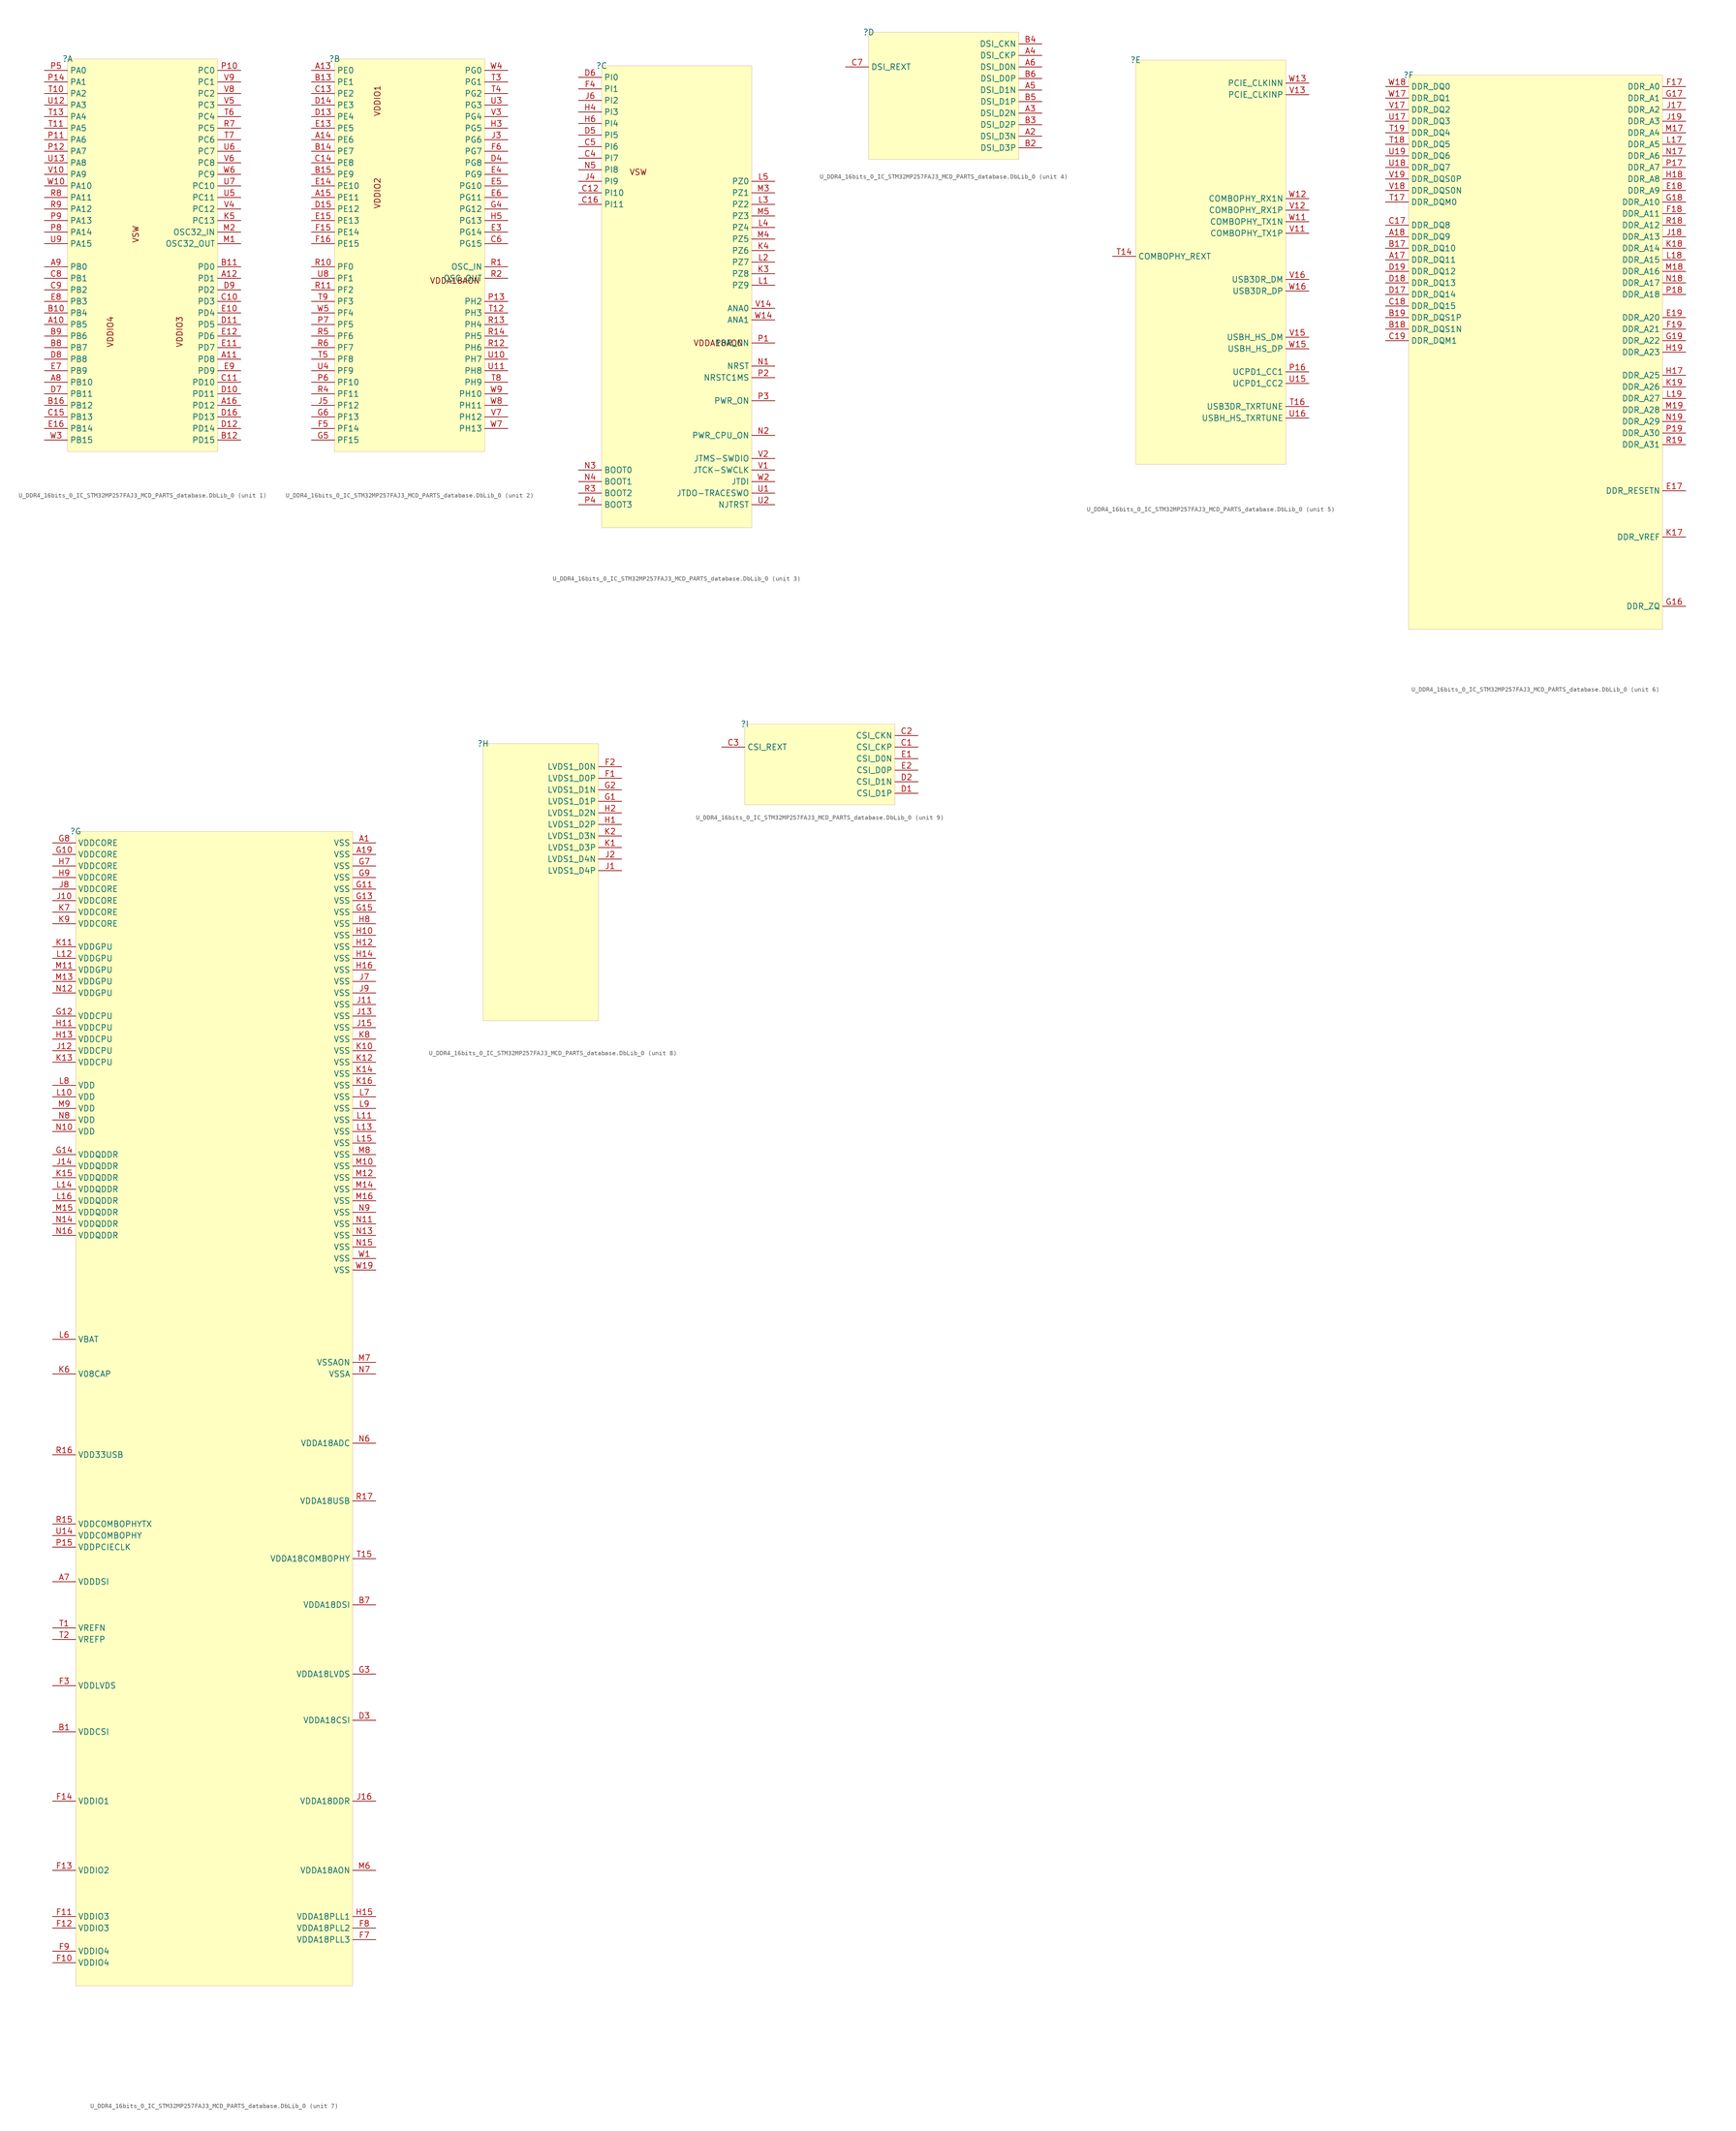
<source format=kicad_sym>
(kicad_symbol_lib
  (version 20241209)
  (generator "kicad_symbol_editor")
  (generator_version "9.0")
  (symbol "U_DDR4_16bits_0_IC_STM32MP257FAJ3_MCD_PARTS_database.DbLib_0"
    (property "Reference" ""
      (at 0 0 0)
      (effects (font (size 1.27 1.27))))
    (property "Value" ""
      (at 0 0 0)
      (effects (font (size 1.27 1.27))))
    (symbol "U_DDR4_16bits_0_IC_STM32MP257FAJ3_MCD_PARTS_database.DbLib_0_1_0"
      (rectangle (start 33.02 0) (end 0 -86.36) (stroke (width 0.025) (type solid) (color 128 0 0 1)) (fill (type background)))
      (text "VDDIO4" (at 10.16 -63.5 900) (effects (font (size 1.27 1.27)) (justify left bottom)))
      (text "VSW" (at 15.748 -36.576 900) (effects (font (size 1.27 1.27)) (justify right bottom)))
      (text "VDDIO3" (at 25.4 -63.5 900) (effects (font (size 1.27 1.27)) (justify left bottom)))
      (pin passive line (at -5.08 -2.54 0) (length 5.08) (name "PA0" (effects (font (size 1.27 1.27)))) (number "P5" (effects (font (size 1.27 1.27)))))
      (pin passive line (at -5.08 -5.08 0) (length 5.08) (name "PA1" (effects (font (size 1.27 1.27)))) (number "P14" (effects (font (size 1.27 1.27)))))
      (pin passive line (at -5.08 -7.62 0) (length 5.08) (name "PA2" (effects (font (size 1.27 1.27)))) (number "T10" (effects (font (size 1.27 1.27)))))
      (pin passive line (at -5.08 -10.16 0) (length 5.08) (name "PA3" (effects (font (size 1.27 1.27)))) (number "U12" (effects (font (size 1.27 1.27)))))
      (pin passive line (at -5.08 -12.7 0) (length 5.08) (name "PA4" (effects (font (size 1.27 1.27)))) (number "T13" (effects (font (size 1.27 1.27)))))
      (pin passive line (at -5.08 -15.24 0) (length 5.08) (name "PA5" (effects (font (size 1.27 1.27)))) (number "T11" (effects (font (size 1.27 1.27)))))
      (pin passive line (at -5.08 -17.78 0) (length 5.08) (name "PA6" (effects (font (size 1.27 1.27)))) (number "P11" (effects (font (size 1.27 1.27)))))
      (pin passive line (at -5.08 -20.32 0) (length 5.08) (name "PA7" (effects (font (size 1.27 1.27)))) (number "P12" (effects (font (size 1.27 1.27)))))
      (pin passive line (at -5.08 -22.86 0) (length 5.08) (name "PA8" (effects (font (size 1.27 1.27)))) (number "U13" (effects (font (size 1.27 1.27)))))
      (pin passive line (at -5.08 -25.4 0) (length 5.08) (name "PA9" (effects (font (size 1.27 1.27)))) (number "V10" (effects (font (size 1.27 1.27)))))
      (pin passive line (at -5.08 -27.94 0) (length 5.08) (name "PA10" (effects (font (size 1.27 1.27)))) (number "W10" (effects (font (size 1.27 1.27)))))
      (pin passive line (at -5.08 -30.48 0) (length 5.08) (name "PA11" (effects (font (size 1.27 1.27)))) (number "R8" (effects (font (size 1.27 1.27)))))
      (pin passive line (at -5.08 -33.02 0) (length 5.08) (name "PA12" (effects (font (size 1.27 1.27)))) (number "R9" (effects (font (size 1.27 1.27)))))
      (pin passive line (at -5.08 -35.56 0) (length 5.08) (name "PA13" (effects (font (size 1.27 1.27)))) (number "P9" (effects (font (size 1.27 1.27)))))
      (pin passive line (at -5.08 -38.1 0) (length 5.08) (name "PA14" (effects (font (size 1.27 1.27)))) (number "P8" (effects (font (size 1.27 1.27)))))
      (pin passive line (at -5.08 -40.64 0) (length 5.08) (name "PA15" (effects (font (size 1.27 1.27)))) (number "U9" (effects (font (size 1.27 1.27)))))
      (pin passive line (at -5.08 -45.72 0) (length 5.08) (name "PB0" (effects (font (size 1.27 1.27)))) (number "A9" (effects (font (size 1.27 1.27)))))
      (pin passive line (at -5.08 -48.26 0) (length 5.08) (name "PB1" (effects (font (size 1.27 1.27)))) (number "C8" (effects (font (size 1.27 1.27)))))
      (pin passive line (at -5.08 -50.8 0) (length 5.08) (name "PB2" (effects (font (size 1.27 1.27)))) (number "C9" (effects (font (size 1.27 1.27)))))
      (pin passive line (at -5.08 -53.34 0) (length 5.08) (name "PB3" (effects (font (size 1.27 1.27)))) (number "E8" (effects (font (size 1.27 1.27)))))
      (pin passive line (at -5.08 -55.88 0) (length 5.08) (name "PB4" (effects (font (size 1.27 1.27)))) (number "B10" (effects (font (size 1.27 1.27)))))
      (pin passive line (at -5.08 -58.42 0) (length 5.08) (name "PB5" (effects (font (size 1.27 1.27)))) (number "A10" (effects (font (size 1.27 1.27)))))
      (pin passive line (at -5.08 -60.96 0) (length 5.08) (name "PB6" (effects (font (size 1.27 1.27)))) (number "B9" (effects (font (size 1.27 1.27)))))
      (pin passive line (at -5.08 -63.5 0) (length 5.08) (name "PB7" (effects (font (size 1.27 1.27)))) (number "B8" (effects (font (size 1.27 1.27)))))
      (pin passive line (at -5.08 -66.04 0) (length 5.08) (name "PB8" (effects (font (size 1.27 1.27)))) (number "D8" (effects (font (size 1.27 1.27)))))
      (pin passive line (at -5.08 -68.58 0) (length 5.08) (name "PB9" (effects (font (size 1.27 1.27)))) (number "E7" (effects (font (size 1.27 1.27)))))
      (pin passive line (at -5.08 -71.12 0) (length 5.08) (name "PB10" (effects (font (size 1.27 1.27)))) (number "A8" (effects (font (size 1.27 1.27)))))
      (pin passive line (at -5.08 -73.66 0) (length 5.08) (name "PB11" (effects (font (size 1.27 1.27)))) (number "D7" (effects (font (size 1.27 1.27)))))
      (pin passive line (at -5.08 -76.2 0) (length 5.08) (name "PB12" (effects (font (size 1.27 1.27)))) (number "B16" (effects (font (size 1.27 1.27)))))
      (pin passive line (at -5.08 -78.74 0) (length 5.08) (name "PB13" (effects (font (size 1.27 1.27)))) (number "C15" (effects (font (size 1.27 1.27)))))
      (pin passive line (at -5.08 -81.28 0) (length 5.08) (name "PB14" (effects (font (size 1.27 1.27)))) (number "E16" (effects (font (size 1.27 1.27)))))
      (pin passive line (at -5.08 -83.82 0) (length 5.08) (name "PB15" (effects (font (size 1.27 1.27)))) (number "W3" (effects (font (size 1.27 1.27)))))
      (pin passive line (at 38.1 -2.54 180) (length 5.08) (name "PC0" (effects (font (size 1.27 1.27)))) (number "P10" (effects (font (size 1.27 1.27)))))
      (pin passive line (at 38.1 -5.08 180) (length 5.08) (name "PC1" (effects (font (size 1.27 1.27)))) (number "V9" (effects (font (size 1.27 1.27)))))
      (pin passive line (at 38.1 -7.62 180) (length 5.08) (name "PC2" (effects (font (size 1.27 1.27)))) (number "V8" (effects (font (size 1.27 1.27)))))
      (pin passive line (at 38.1 -10.16 180) (length 5.08) (name "PC3" (effects (font (size 1.27 1.27)))) (number "V5" (effects (font (size 1.27 1.27)))))
      (pin passive line (at 38.1 -12.7 180) (length 5.08) (name "PC4" (effects (font (size 1.27 1.27)))) (number "T6" (effects (font (size 1.27 1.27)))))
      (pin passive line (at 38.1 -15.24 180) (length 5.08) (name "PC5" (effects (font (size 1.27 1.27)))) (number "R7" (effects (font (size 1.27 1.27)))))
      (pin passive line (at 38.1 -17.78 180) (length 5.08) (name "PC6" (effects (font (size 1.27 1.27)))) (number "T7" (effects (font (size 1.27 1.27)))))
      (pin passive line (at 38.1 -20.32 180) (length 5.08) (name "PC7" (effects (font (size 1.27 1.27)))) (number "U6" (effects (font (size 1.27 1.27)))))
      (pin passive line (at 38.1 -22.86 180) (length 5.08) (name "PC8" (effects (font (size 1.27 1.27)))) (number "V6" (effects (font (size 1.27 1.27)))))
      (pin passive line (at 38.1 -25.4 180) (length 5.08) (name "PC9" (effects (font (size 1.27 1.27)))) (number "W6" (effects (font (size 1.27 1.27)))))
      (pin passive line (at 38.1 -27.94 180) (length 5.08) (name "PC10" (effects (font (size 1.27 1.27)))) (number "U7" (effects (font (size 1.27 1.27)))))
      (pin passive line (at 38.1 -30.48 180) (length 5.08) (name "PC11" (effects (font (size 1.27 1.27)))) (number "U5" (effects (font (size 1.27 1.27)))))
      (pin passive line (at 38.1 -33.02 180) (length 5.08) (name "PC12" (effects (font (size 1.27 1.27)))) (number "V4" (effects (font (size 1.27 1.27)))))
      (pin passive line (at 38.1 -35.56 180) (length 5.08) (name "PC13" (effects (font (size 1.27 1.27)))) (number "K5" (effects (font (size 1.27 1.27)))))
      (pin passive line (at 38.1 -38.1 180) (length 5.08) (name "OSC32_IN" (effects (font (size 1.27 1.27)))) (number "M2" (effects (font (size 1.27 1.27)))))
      (pin passive line (at 38.1 -40.64 180) (length 5.08) (name "OSC32_OUT" (effects (font (size 1.27 1.27)))) (number "M1" (effects (font (size 1.27 1.27)))))
      (pin passive line (at 38.1 -45.72 180) (length 5.08) (name "PD0" (effects (font (size 1.27 1.27)))) (number "B11" (effects (font (size 1.27 1.27)))))
      (pin passive line (at 38.1 -48.26 180) (length 5.08) (name "PD1" (effects (font (size 1.27 1.27)))) (number "A12" (effects (font (size 1.27 1.27)))))
      (pin passive line (at 38.1 -50.8 180) (length 5.08) (name "PD2" (effects (font (size 1.27 1.27)))) (number "D9" (effects (font (size 1.27 1.27)))))
      (pin passive line (at 38.1 -53.34 180) (length 5.08) (name "PD3" (effects (font (size 1.27 1.27)))) (number "C10" (effects (font (size 1.27 1.27)))))
      (pin passive line (at 38.1 -55.88 180) (length 5.08) (name "PD4" (effects (font (size 1.27 1.27)))) (number "E10" (effects (font (size 1.27 1.27)))))
      (pin passive line (at 38.1 -58.42 180) (length 5.08) (name "PD5" (effects (font (size 1.27 1.27)))) (number "D11" (effects (font (size 1.27 1.27)))))
      (pin passive line (at 38.1 -60.96 180) (length 5.08) (name "PD6" (effects (font (size 1.27 1.27)))) (number "E12" (effects (font (size 1.27 1.27)))))
      (pin passive line (at 38.1 -63.5 180) (length 5.08) (name "PD7" (effects (font (size 1.27 1.27)))) (number "E11" (effects (font (size 1.27 1.27)))))
      (pin passive line (at 38.1 -66.04 180) (length 5.08) (name "PD8" (effects (font (size 1.27 1.27)))) (number "A11" (effects (font (size 1.27 1.27)))))
      (pin passive line (at 38.1 -68.58 180) (length 5.08) (name "PD9" (effects (font (size 1.27 1.27)))) (number "E9" (effects (font (size 1.27 1.27)))))
      (pin passive line (at 38.1 -71.12 180) (length 5.08) (name "PD10" (effects (font (size 1.27 1.27)))) (number "C11" (effects (font (size 1.27 1.27)))))
      (pin passive line (at 38.1 -73.66 180) (length 5.08) (name "PD11" (effects (font (size 1.27 1.27)))) (number "D10" (effects (font (size 1.27 1.27)))))
      (pin passive line (at 38.1 -76.2 180) (length 5.08) (name "PD12" (effects (font (size 1.27 1.27)))) (number "A16" (effects (font (size 1.27 1.27)))))
      (pin passive line (at 38.1 -78.74 180) (length 5.08) (name "PD13" (effects (font (size 1.27 1.27)))) (number "D16" (effects (font (size 1.27 1.27)))))
      (pin passive line (at 38.1 -81.28 180) (length 5.08) (name "PD14" (effects (font (size 1.27 1.27)))) (number "D12" (effects (font (size 1.27 1.27)))))
      (pin passive line (at 38.1 -83.82 180) (length 5.08) (name "PD15" (effects (font (size 1.27 1.27)))) (number "B12" (effects (font (size 1.27 1.27))))))
    (symbol "U_DDR4_16bits_0_IC_STM32MP257FAJ3_MCD_PARTS_database.DbLib_0_2_0"
      (rectangle (start 33.02 0) (end 0 -86.36) (stroke (width 0.025) (type solid) (color 128 0 0 1)) (fill (type background)))
      (text "VDDIO1" (at 10.16 -12.7 900) (effects (font (size 1.27 1.27)) (justify left bottom)))
      (text "VDDIO2" (at 10.16 -33.02 900) (effects (font (size 1.27 1.27)) (justify left bottom)))
      (text "VDDA18AON" (at 32.004 -49.53 0) (effects (font (size 1.27 1.27)) (justify right bottom)))
      (pin passive line (at -5.08 -2.54 0) (length 5.08) (name "PE0" (effects (font (size 1.27 1.27)))) (number "A13" (effects (font (size 1.27 1.27)))))
      (pin passive line (at -5.08 -5.08 0) (length 5.08) (name "PE1" (effects (font (size 1.27 1.27)))) (number "B13" (effects (font (size 1.27 1.27)))))
      (pin passive line (at -5.08 -7.62 0) (length 5.08) (name "PE2" (effects (font (size 1.27 1.27)))) (number "C13" (effects (font (size 1.27 1.27)))))
      (pin passive line (at -5.08 -10.16 0) (length 5.08) (name "PE3" (effects (font (size 1.27 1.27)))) (number "D14" (effects (font (size 1.27 1.27)))))
      (pin passive line (at -5.08 -12.7 0) (length 5.08) (name "PE4" (effects (font (size 1.27 1.27)))) (number "D13" (effects (font (size 1.27 1.27)))))
      (pin passive line (at -5.08 -15.24 0) (length 5.08) (name "PE5" (effects (font (size 1.27 1.27)))) (number "E13" (effects (font (size 1.27 1.27)))))
      (pin passive line (at -5.08 -17.78 0) (length 5.08) (name "PE6" (effects (font (size 1.27 1.27)))) (number "A14" (effects (font (size 1.27 1.27)))))
      (pin passive line (at -5.08 -20.32 0) (length 5.08) (name "PE7" (effects (font (size 1.27 1.27)))) (number "B14" (effects (font (size 1.27 1.27)))))
      (pin passive line (at -5.08 -22.86 0) (length 5.08) (name "PE8" (effects (font (size 1.27 1.27)))) (number "C14" (effects (font (size 1.27 1.27)))))
      (pin passive line (at -5.08 -25.4 0) (length 5.08) (name "PE9" (effects (font (size 1.27 1.27)))) (number "B15" (effects (font (size 1.27 1.27)))))
      (pin passive line (at -5.08 -27.94 0) (length 5.08) (name "PE10" (effects (font (size 1.27 1.27)))) (number "E14" (effects (font (size 1.27 1.27)))))
      (pin passive line (at -5.08 -30.48 0) (length 5.08) (name "PE11" (effects (font (size 1.27 1.27)))) (number "A15" (effects (font (size 1.27 1.27)))))
      (pin passive line (at -5.08 -33.02 0) (length 5.08) (name "PE12" (effects (font (size 1.27 1.27)))) (number "D15" (effects (font (size 1.27 1.27)))))
      (pin passive line (at -5.08 -35.56 0) (length 5.08) (name "PE13" (effects (font (size 1.27 1.27)))) (number "E15" (effects (font (size 1.27 1.27)))))
      (pin passive line (at -5.08 -38.1 0) (length 5.08) (name "PE14" (effects (font (size 1.27 1.27)))) (number "F15" (effects (font (size 1.27 1.27)))))
      (pin passive line (at -5.08 -40.64 0) (length 5.08) (name "PE15" (effects (font (size 1.27 1.27)))) (number "F16" (effects (font (size 1.27 1.27)))))
      (pin passive line (at -5.08 -45.72 0) (length 5.08) (name "PF0" (effects (font (size 1.27 1.27)))) (number "R10" (effects (font (size 1.27 1.27)))))
      (pin passive line (at -5.08 -48.26 0) (length 5.08) (name "PF1" (effects (font (size 1.27 1.27)))) (number "U8" (effects (font (size 1.27 1.27)))))
      (pin passive line (at -5.08 -50.8 0) (length 5.08) (name "PF2" (effects (font (size 1.27 1.27)))) (number "R11" (effects (font (size 1.27 1.27)))))
      (pin passive line (at -5.08 -53.34 0) (length 5.08) (name "PF3" (effects (font (size 1.27 1.27)))) (number "T9" (effects (font (size 1.27 1.27)))))
      (pin passive line (at -5.08 -55.88 0) (length 5.08) (name "PF4" (effects (font (size 1.27 1.27)))) (number "W5" (effects (font (size 1.27 1.27)))))
      (pin passive line (at -5.08 -58.42 0) (length 5.08) (name "PF5" (effects (font (size 1.27 1.27)))) (number "P7" (effects (font (size 1.27 1.27)))))
      (pin passive line (at -5.08 -60.96 0) (length 5.08) (name "PF6" (effects (font (size 1.27 1.27)))) (number "R5" (effects (font (size 1.27 1.27)))))
      (pin passive line (at -5.08 -63.5 0) (length 5.08) (name "PF7" (effects (font (size 1.27 1.27)))) (number "R6" (effects (font (size 1.27 1.27)))))
      (pin passive line (at -5.08 -66.04 0) (length 5.08) (name "PF8" (effects (font (size 1.27 1.27)))) (number "T5" (effects (font (size 1.27 1.27)))))
      (pin passive line (at -5.08 -68.58 0) (length 5.08) (name "PF9" (effects (font (size 1.27 1.27)))) (number "U4" (effects (font (size 1.27 1.27)))))
      (pin passive line (at -5.08 -71.12 0) (length 5.08) (name "PF10" (effects (font (size 1.27 1.27)))) (number "P6" (effects (font (size 1.27 1.27)))))
      (pin passive line (at -5.08 -73.66 0) (length 5.08) (name "PF11" (effects (font (size 1.27 1.27)))) (number "R4" (effects (font (size 1.27 1.27)))))
      (pin passive line (at -5.08 -76.2 0) (length 5.08) (name "PF12" (effects (font (size 1.27 1.27)))) (number "J5" (effects (font (size 1.27 1.27)))))
      (pin passive line (at -5.08 -78.74 0) (length 5.08) (name "PF13" (effects (font (size 1.27 1.27)))) (number "G6" (effects (font (size 1.27 1.27)))))
      (pin passive line (at -5.08 -81.28 0) (length 5.08) (name "PF14" (effects (font (size 1.27 1.27)))) (number "F5" (effects (font (size 1.27 1.27)))))
      (pin passive line (at -5.08 -83.82 0) (length 5.08) (name "PF15" (effects (font (size 1.27 1.27)))) (number "G5" (effects (font (size 1.27 1.27)))))
      (pin passive line (at 38.1 -2.54 180) (length 5.08) (name "PG0" (effects (font (size 1.27 1.27)))) (number "W4" (effects (font (size 1.27 1.27)))))
      (pin passive line (at 38.1 -5.08 180) (length 5.08) (name "PG1" (effects (font (size 1.27 1.27)))) (number "T3" (effects (font (size 1.27 1.27)))))
      (pin passive line (at 38.1 -7.62 180) (length 5.08) (name "PG2" (effects (font (size 1.27 1.27)))) (number "T4" (effects (font (size 1.27 1.27)))))
      (pin passive line (at 38.1 -10.16 180) (length 5.08) (name "PG3" (effects (font (size 1.27 1.27)))) (number "U3" (effects (font (size 1.27 1.27)))))
      (pin passive line (at 38.1 -12.7 180) (length 5.08) (name "PG4" (effects (font (size 1.27 1.27)))) (number "V3" (effects (font (size 1.27 1.27)))))
      (pin passive line (at 38.1 -15.24 180) (length 5.08) (name "PG5" (effects (font (size 1.27 1.27)))) (number "H3" (effects (font (size 1.27 1.27)))))
      (pin passive line (at 38.1 -17.78 180) (length 5.08) (name "PG6" (effects (font (size 1.27 1.27)))) (number "J3" (effects (font (size 1.27 1.27)))))
      (pin passive line (at 38.1 -20.32 180) (length 5.08) (name "PG7" (effects (font (size 1.27 1.27)))) (number "F6" (effects (font (size 1.27 1.27)))))
      (pin passive line (at 38.1 -22.86 180) (length 5.08) (name "PG8" (effects (font (size 1.27 1.27)))) (number "D4" (effects (font (size 1.27 1.27)))))
      (pin passive line (at 38.1 -25.4 180) (length 5.08) (name "PG9" (effects (font (size 1.27 1.27)))) (number "E4" (effects (font (size 1.27 1.27)))))
      (pin passive line (at 38.1 -27.94 180) (length 5.08) (name "PG10" (effects (font (size 1.27 1.27)))) (number "E5" (effects (font (size 1.27 1.27)))))
      (pin passive line (at 38.1 -30.48 180) (length 5.08) (name "PG11" (effects (font (size 1.27 1.27)))) (number "E6" (effects (font (size 1.27 1.27)))))
      (pin passive line (at 38.1 -33.02 180) (length 5.08) (name "PG12" (effects (font (size 1.27 1.27)))) (number "G4" (effects (font (size 1.27 1.27)))))
      (pin passive line (at 38.1 -35.56 180) (length 5.08) (name "PG13" (effects (font (size 1.27 1.27)))) (number "H5" (effects (font (size 1.27 1.27)))))
      (pin passive line (at 38.1 -38.1 180) (length 5.08) (name "PG14" (effects (font (size 1.27 1.27)))) (number "E3" (effects (font (size 1.27 1.27)))))
      (pin passive line (at 38.1 -40.64 180) (length 5.08) (name "PG15" (effects (font (size 1.27 1.27)))) (number "C6" (effects (font (size 1.27 1.27)))))
      (pin passive line (at 38.1 -45.72 180) (length 5.08) (name "OSC_IN" (effects (font (size 1.27 1.27)))) (number "R1" (effects (font (size 1.27 1.27)))))
      (pin passive line (at 38.1 -48.26 180) (length 5.08) (name "OSC_OUT" (effects (font (size 1.27 1.27)))) (number "R2" (effects (font (size 1.27 1.27)))))
      (pin passive line (at 38.1 -53.34 180) (length 5.08) (name "PH2" (effects (font (size 1.27 1.27)))) (number "P13" (effects (font (size 1.27 1.27)))))
      (pin passive line (at 38.1 -55.88 180) (length 5.08) (name "PH3" (effects (font (size 1.27 1.27)))) (number "T12" (effects (font (size 1.27 1.27)))))
      (pin passive line (at 38.1 -58.42 180) (length 5.08) (name "PH4" (effects (font (size 1.27 1.27)))) (number "R13" (effects (font (size 1.27 1.27)))))
      (pin passive line (at 38.1 -60.96 180) (length 5.08) (name "PH5" (effects (font (size 1.27 1.27)))) (number "R14" (effects (font (size 1.27 1.27)))))
      (pin passive line (at 38.1 -63.5 180) (length 5.08) (name "PH6" (effects (font (size 1.27 1.27)))) (number "R12" (effects (font (size 1.27 1.27)))))
      (pin passive line (at 38.1 -66.04 180) (length 5.08) (name "PH7" (effects (font (size 1.27 1.27)))) (number "U10" (effects (font (size 1.27 1.27)))))
      (pin passive line (at 38.1 -68.58 180) (length 5.08) (name "PH8" (effects (font (size 1.27 1.27)))) (number "U11" (effects (font (size 1.27 1.27)))))
      (pin passive line (at 38.1 -71.12 180) (length 5.08) (name "PH9" (effects (font (size 1.27 1.27)))) (number "T8" (effects (font (size 1.27 1.27)))))
      (pin passive line (at 38.1 -73.66 180) (length 5.08) (name "PH10" (effects (font (size 1.27 1.27)))) (number "W9" (effects (font (size 1.27 1.27)))))
      (pin passive line (at 38.1 -76.2 180) (length 5.08) (name "PH11" (effects (font (size 1.27 1.27)))) (number "W8" (effects (font (size 1.27 1.27)))))
      (pin passive line (at 38.1 -78.74 180) (length 5.08) (name "PH12" (effects (font (size 1.27 1.27)))) (number "V7" (effects (font (size 1.27 1.27)))))
      (pin passive line (at 38.1 -81.28 180) (length 5.08) (name "PH13" (effects (font (size 1.27 1.27)))) (number "W7" (effects (font (size 1.27 1.27))))))
    (symbol "U_DDR4_16bits_0_IC_STM32MP257FAJ3_MCD_PARTS_database.DbLib_0_3_0"
      (rectangle (start 33.02 0) (end 0 -101.6) (stroke (width 0.025) (type solid) (color 128 0 0 1)) (fill (type background)))
      (text "VSW" (at 6.096 -24.13 0) (effects (font (size 1.27 1.27)) (justify left bottom)))
      (text "VDDA18AON" (at 31.242 -61.722 0) (effects (font (size 1.27 1.27)) (justify right bottom)))
      (pin passive line (at -5.08 -2.54 0) (length 5.08) (name "PI0" (effects (font (size 1.27 1.27)))) (number "D6" (effects (font (size 1.27 1.27)))))
      (pin passive line (at -5.08 -5.08 0) (length 5.08) (name "PI1" (effects (font (size 1.27 1.27)))) (number "F4" (effects (font (size 1.27 1.27)))))
      (pin passive line (at -5.08 -7.62 0) (length 5.08) (name "PI2" (effects (font (size 1.27 1.27)))) (number "J6" (effects (font (size 1.27 1.27)))))
      (pin passive line (at -5.08 -10.16 0) (length 5.08) (name "PI3" (effects (font (size 1.27 1.27)))) (number "H4" (effects (font (size 1.27 1.27)))))
      (pin passive line (at -5.08 -12.7 0) (length 5.08) (name "PI4" (effects (font (size 1.27 1.27)))) (number "H6" (effects (font (size 1.27 1.27)))))
      (pin passive line (at -5.08 -15.24 0) (length 5.08) (name "PI5" (effects (font (size 1.27 1.27)))) (number "D5" (effects (font (size 1.27 1.27)))))
      (pin passive line (at -5.08 -17.78 0) (length 5.08) (name "PI6" (effects (font (size 1.27 1.27)))) (number "C5" (effects (font (size 1.27 1.27)))))
      (pin passive line (at -5.08 -20.32 0) (length 5.08) (name "PI7" (effects (font (size 1.27 1.27)))) (number "C4" (effects (font (size 1.27 1.27)))))
      (pin passive line (at -5.08 -22.86 0) (length 5.08) (name "PI8" (effects (font (size 1.27 1.27)))) (number "N5" (effects (font (size 1.27 1.27)))))
      (pin passive line (at -5.08 -25.4 0) (length 5.08) (name "PI9" (effects (font (size 1.27 1.27)))) (number "J4" (effects (font (size 1.27 1.27)))))
      (pin passive line (at -5.08 -27.94 0) (length 5.08) (name "PI10" (effects (font (size 1.27 1.27)))) (number "C12" (effects (font (size 1.27 1.27)))))
      (pin passive line (at -5.08 -30.48 0) (length 5.08) (name "PI11" (effects (font (size 1.27 1.27)))) (number "C16" (effects (font (size 1.27 1.27)))))
      (pin passive line (at -5.08 -88.9 0) (length 5.08) (name "BOOT0" (effects (font (size 1.27 1.27)))) (number "N3" (effects (font (size 1.27 1.27)))))
      (pin passive line (at -5.08 -91.44 0) (length 5.08) (name "BOOT1" (effects (font (size 1.27 1.27)))) (number "N4" (effects (font (size 1.27 1.27)))))
      (pin passive line (at -5.08 -93.98 0) (length 5.08) (name "BOOT2" (effects (font (size 1.27 1.27)))) (number "R3" (effects (font (size 1.27 1.27)))))
      (pin passive line (at -5.08 -96.52 0) (length 5.08) (name "BOOT3" (effects (font (size 1.27 1.27)))) (number "P4" (effects (font (size 1.27 1.27)))))
      (pin passive line (at 38.1 -25.4 180) (length 5.08) (name "PZ0" (effects (font (size 1.27 1.27)))) (number "L5" (effects (font (size 1.27 1.27)))))
      (pin passive line (at 38.1 -27.94 180) (length 5.08) (name "PZ1" (effects (font (size 1.27 1.27)))) (number "M3" (effects (font (size 1.27 1.27)))))
      (pin passive line (at 38.1 -30.48 180) (length 5.08) (name "PZ2" (effects (font (size 1.27 1.27)))) (number "L3" (effects (font (size 1.27 1.27)))))
      (pin passive line (at 38.1 -33.02 180) (length 5.08) (name "PZ3" (effects (font (size 1.27 1.27)))) (number "M5" (effects (font (size 1.27 1.27)))))
      (pin passive line (at 38.1 -35.56 180) (length 5.08) (name "PZ4" (effects (font (size 1.27 1.27)))) (number "L4" (effects (font (size 1.27 1.27)))))
      (pin passive line (at 38.1 -38.1 180) (length 5.08) (name "PZ5" (effects (font (size 1.27 1.27)))) (number "M4" (effects (font (size 1.27 1.27)))))
      (pin passive line (at 38.1 -40.64 180) (length 5.08) (name "PZ6" (effects (font (size 1.27 1.27)))) (number "K4" (effects (font (size 1.27 1.27)))))
      (pin passive line (at 38.1 -43.18 180) (length 5.08) (name "PZ7" (effects (font (size 1.27 1.27)))) (number "L2" (effects (font (size 1.27 1.27)))))
      (pin passive line (at 38.1 -45.72 180) (length 5.08) (name "PZ8" (effects (font (size 1.27 1.27)))) (number "K3" (effects (font (size 1.27 1.27)))))
      (pin passive line (at 38.1 -48.26 180) (length 5.08) (name "PZ9" (effects (font (size 1.27 1.27)))) (number "L1" (effects (font (size 1.27 1.27)))))
      (pin passive line (at 38.1 -53.34 180) (length 5.08) (name "ANA0" (effects (font (size 1.27 1.27)))) (number "V14" (effects (font (size 1.27 1.27)))))
      (pin passive line (at 38.1 -55.88 180) (length 5.08) (name "ANA1" (effects (font (size 1.27 1.27)))) (number "W14" (effects (font (size 1.27 1.27)))))
      (pin passive line (at 38.1 -60.96 180) (length 5.08) (name "PDR_ON" (effects (font (size 1.27 1.27)))) (number "P1" (effects (font (size 1.27 1.27)))))
      (pin passive line (at 38.1 -66.04 180) (length 5.08) (name "NRST" (effects (font (size 1.27 1.27)))) (number "N1" (effects (font (size 1.27 1.27)))))
      (pin passive line (at 38.1 -68.58 180) (length 5.08) (name "NRSTC1MS" (effects (font (size 1.27 1.27)))) (number "P2" (effects (font (size 1.27 1.27)))))
      (pin passive line (at 38.1 -73.66 180) (length 5.08) (name "PWR_ON" (effects (font (size 1.27 1.27)))) (number "P3" (effects (font (size 1.27 1.27)))))
      (pin passive line (at 38.1 -81.28 180) (length 5.08) (name "PWR_CPU_ON" (effects (font (size 1.27 1.27)))) (number "N2" (effects (font (size 1.27 1.27)))))
      (pin passive line (at 38.1 -86.36 180) (length 5.08) (name "JTMS-SWDIO" (effects (font (size 1.27 1.27)))) (number "V2" (effects (font (size 1.27 1.27)))))
      (pin passive line (at 38.1 -88.9 180) (length 5.08) (name "JTCK-SWCLK" (effects (font (size 1.27 1.27)))) (number "V1" (effects (font (size 1.27 1.27)))))
      (pin passive line (at 38.1 -91.44 180) (length 5.08) (name "JTDI" (effects (font (size 1.27 1.27)))) (number "W2" (effects (font (size 1.27 1.27)))))
      (pin passive line (at 38.1 -93.98 180) (length 5.08) (name "JTDO-TRACESWO" (effects (font (size 1.27 1.27)))) (number "U1" (effects (font (size 1.27 1.27)))))
      (pin passive line (at 38.1 -96.52 180) (length 5.08) (name "NJTRST" (effects (font (size 1.27 1.27)))) (number "U2" (effects (font (size 1.27 1.27))))))
    (symbol "U_DDR4_16bits_0_IC_STM32MP257FAJ3_MCD_PARTS_database.DbLib_0_4_0"
      (rectangle (start 33.02 0) (end 0 -27.94) (stroke (width 0.025) (type solid) (color 128 0 0 1)) (fill (type background)))
      (pin passive line (at -5.08 -7.62 0) (length 5.08) (name "DSI_REXT" (effects (font (size 1.27 1.27)))) (number "C7" (effects (font (size 1.27 1.27)))))
      (pin passive line (at 38.1 -2.54 180) (length 5.08) (name "DSI_CKN" (effects (font (size 1.27 1.27)))) (number "B4" (effects (font (size 1.27 1.27)))))
      (pin passive line (at 38.1 -5.08 180) (length 5.08) (name "DSI_CKP" (effects (font (size 1.27 1.27)))) (number "A4" (effects (font (size 1.27 1.27)))))
      (pin passive line (at 38.1 -7.62 180) (length 5.08) (name "DSI_D0N" (effects (font (size 1.27 1.27)))) (number "A6" (effects (font (size 1.27 1.27)))))
      (pin passive line (at 38.1 -10.16 180) (length 5.08) (name "DSI_D0P" (effects (font (size 1.27 1.27)))) (number "B6" (effects (font (size 1.27 1.27)))))
      (pin passive line (at 38.1 -12.7 180) (length 5.08) (name "DSI_D1N" (effects (font (size 1.27 1.27)))) (number "A5" (effects (font (size 1.27 1.27)))))
      (pin passive line (at 38.1 -15.24 180) (length 5.08) (name "DSI_D1P" (effects (font (size 1.27 1.27)))) (number "B5" (effects (font (size 1.27 1.27)))))
      (pin passive line (at 38.1 -17.78 180) (length 5.08) (name "DSI_D2N" (effects (font (size 1.27 1.27)))) (number "A3" (effects (font (size 1.27 1.27)))))
      (pin passive line (at 38.1 -20.32 180) (length 5.08) (name "DSI_D2P" (effects (font (size 1.27 1.27)))) (number "B3" (effects (font (size 1.27 1.27)))))
      (pin passive line (at 38.1 -22.86 180) (length 5.08) (name "DSI_D3N" (effects (font (size 1.27 1.27)))) (number "A2" (effects (font (size 1.27 1.27)))))
      (pin passive line (at 38.1 -25.4 180) (length 5.08) (name "DSI_D3P" (effects (font (size 1.27 1.27)))) (number "B2" (effects (font (size 1.27 1.27))))))
    (symbol "U_DDR4_16bits_0_IC_STM32MP257FAJ3_MCD_PARTS_database.DbLib_0_5_0"
      (rectangle (start 33.02 0) (end 0 -88.9) (stroke (width 0.025) (type solid) (color 128 0 0 1)) (fill (type background)))
      (pin passive line (at -5.08 -43.18 0) (length 5.08) (name "COMBOPHY_REXT" (effects (font (size 1.27 1.27)))) (number "T14" (effects (font (size 1.27 1.27)))))
      (pin passive line (at 38.1 -5.08 180) (length 5.08) (name "PCIE_CLKINN" (effects (font (size 1.27 1.27)))) (number "W13" (effects (font (size 1.27 1.27)))))
      (pin passive line (at 38.1 -7.62 180) (length 5.08) (name "PCIE_CLKINP" (effects (font (size 1.27 1.27)))) (number "V13" (effects (font (size 1.27 1.27)))))
      (pin passive line (at 38.1 -30.48 180) (length 5.08) (name "COMBOPHY_RX1N" (effects (font (size 1.27 1.27)))) (number "W12" (effects (font (size 1.27 1.27)))))
      (pin passive line (at 38.1 -33.02 180) (length 5.08) (name "COMBOPHY_RX1P" (effects (font (size 1.27 1.27)))) (number "V12" (effects (font (size 1.27 1.27)))))
      (pin passive line (at 38.1 -35.56 180) (length 5.08) (name "COMBOPHY_TX1N" (effects (font (size 1.27 1.27)))) (number "W11" (effects (font (size 1.27 1.27)))))
      (pin passive line (at 38.1 -38.1 180) (length 5.08) (name "COMBOPHY_TX1P" (effects (font (size 1.27 1.27)))) (number "V11" (effects (font (size 1.27 1.27)))))
      (pin passive line (at 38.1 -48.26 180) (length 5.08) (name "USB3DR_DM" (effects (font (size 1.27 1.27)))) (number "V16" (effects (font (size 1.27 1.27)))))
      (pin passive line (at 38.1 -50.8 180) (length 5.08) (name "USB3DR_DP" (effects (font (size 1.27 1.27)))) (number "W16" (effects (font (size 1.27 1.27)))))
      (pin passive line (at 38.1 -60.96 180) (length 5.08) (name "USBH_HS_DM" (effects (font (size 1.27 1.27)))) (number "V15" (effects (font (size 1.27 1.27)))))
      (pin passive line (at 38.1 -63.5 180) (length 5.08) (name "USBH_HS_DP" (effects (font (size 1.27 1.27)))) (number "W15" (effects (font (size 1.27 1.27)))))
      (pin passive line (at 38.1 -68.58 180) (length 5.08) (name "UCPD1_CC1" (effects (font (size 1.27 1.27)))) (number "P16" (effects (font (size 1.27 1.27)))))
      (pin passive line (at 38.1 -71.12 180) (length 5.08) (name "UCPD1_CC2" (effects (font (size 1.27 1.27)))) (number "U15" (effects (font (size 1.27 1.27)))))
      (pin passive line (at 38.1 -76.2 180) (length 5.08) (name "USB3DR_TXRTUNE" (effects (font (size 1.27 1.27)))) (number "T16" (effects (font (size 1.27 1.27)))))
      (pin passive line (at 38.1 -78.74 180) (length 5.08) (name "USBH_HS_TXRTUNE" (effects (font (size 1.27 1.27)))) (number "U16" (effects (font (size 1.27 1.27))))))
    (symbol "U_DDR4_16bits_0_IC_STM32MP257FAJ3_MCD_PARTS_database.DbLib_0_6_0"
      (rectangle (start 55.88 0) (end 0 -121.92) (stroke (width 0.025) (type solid) (color 128 0 0 1)) (fill (type background)))
      (pin passive line (at -5.08 -2.54 0) (length 5.08) (name "DDR_DQ0" (effects (font (size 1.27 1.27)))) (number "W18" (effects (font (size 1.27 1.27)))))
      (pin passive line (at -5.08 -5.08 0) (length 5.08) (name "DDR_DQ1" (effects (font (size 1.27 1.27)))) (number "W17" (effects (font (size 1.27 1.27)))))
      (pin passive line (at -5.08 -7.62 0) (length 5.08) (name "DDR_DQ2" (effects (font (size 1.27 1.27)))) (number "V17" (effects (font (size 1.27 1.27)))))
      (pin passive line (at -5.08 -10.16 0) (length 5.08) (name "DDR_DQ3" (effects (font (size 1.27 1.27)))) (number "U17" (effects (font (size 1.27 1.27)))))
      (pin passive line (at -5.08 -12.7 0) (length 5.08) (name "DDR_DQ4" (effects (font (size 1.27 1.27)))) (number "T19" (effects (font (size 1.27 1.27)))))
      (pin passive line (at -5.08 -15.24 0) (length 5.08) (name "DDR_DQ5" (effects (font (size 1.27 1.27)))) (number "T18" (effects (font (size 1.27 1.27)))))
      (pin passive line (at -5.08 -17.78 0) (length 5.08) (name "DDR_DQ6" (effects (font (size 1.27 1.27)))) (number "U19" (effects (font (size 1.27 1.27)))))
      (pin passive line (at -5.08 -20.32 0) (length 5.08) (name "DDR_DQ7" (effects (font (size 1.27 1.27)))) (number "U18" (effects (font (size 1.27 1.27)))))
      (pin passive line (at -5.08 -22.86 0) (length 5.08) (name "DDR_DQS0P" (effects (font (size 1.27 1.27)))) (number "V19" (effects (font (size 1.27 1.27)))))
      (pin passive line (at -5.08 -25.4 0) (length 5.08) (name "DDR_DQS0N" (effects (font (size 1.27 1.27)))) (number "V18" (effects (font (size 1.27 1.27)))))
      (pin passive line (at -5.08 -27.94 0) (length 5.08) (name "DDR_DQM0" (effects (font (size 1.27 1.27)))) (number "T17" (effects (font (size 1.27 1.27)))))
      (pin passive line (at -5.08 -33.02 0) (length 5.08) (name "DDR_DQ8" (effects (font (size 1.27 1.27)))) (number "C17" (effects (font (size 1.27 1.27)))))
      (pin passive line (at -5.08 -35.56 0) (length 5.08) (name "DDR_DQ9" (effects (font (size 1.27 1.27)))) (number "A18" (effects (font (size 1.27 1.27)))))
      (pin passive line (at -5.08 -38.1 0) (length 5.08) (name "DDR_DQ10" (effects (font (size 1.27 1.27)))) (number "B17" (effects (font (size 1.27 1.27)))))
      (pin passive line (at -5.08 -40.64 0) (length 5.08) (name "DDR_DQ11" (effects (font (size 1.27 1.27)))) (number "A17" (effects (font (size 1.27 1.27)))))
      (pin passive line (at -5.08 -43.18 0) (length 5.08) (name "DDR_DQ12" (effects (font (size 1.27 1.27)))) (number "D19" (effects (font (size 1.27 1.27)))))
      (pin passive line (at -5.08 -45.72 0) (length 5.08) (name "DDR_DQ13" (effects (font (size 1.27 1.27)))) (number "D18" (effects (font (size 1.27 1.27)))))
      (pin passive line (at -5.08 -48.26 0) (length 5.08) (name "DDR_DQ14" (effects (font (size 1.27 1.27)))) (number "D17" (effects (font (size 1.27 1.27)))))
      (pin passive line (at -5.08 -50.8 0) (length 5.08) (name "DDR_DQ15" (effects (font (size 1.27 1.27)))) (number "C18" (effects (font (size 1.27 1.27)))))
      (pin passive line (at -5.08 -53.34 0) (length 5.08) (name "DDR_DQS1P" (effects (font (size 1.27 1.27)))) (number "B19" (effects (font (size 1.27 1.27)))))
      (pin passive line (at -5.08 -55.88 0) (length 5.08) (name "DDR_DQS1N" (effects (font (size 1.27 1.27)))) (number "B18" (effects (font (size 1.27 1.27)))))
      (pin passive line (at -5.08 -58.42 0) (length 5.08) (name "DDR_DQM1" (effects (font (size 1.27 1.27)))) (number "C19" (effects (font (size 1.27 1.27)))))
      (pin passive line (at 60.96 -2.54 180) (length 5.08) (name "DDR_A0" (effects (font (size 1.27 1.27)))) (number "F17" (effects (font (size 1.27 1.27)))))
      (pin passive line (at 60.96 -5.08 180) (length 5.08) (name "DDR_A1" (effects (font (size 1.27 1.27)))) (number "G17" (effects (font (size 1.27 1.27)))))
      (pin passive line (at 60.96 -7.62 180) (length 5.08) (name "DDR_A2" (effects (font (size 1.27 1.27)))) (number "J17" (effects (font (size 1.27 1.27)))))
      (pin passive line (at 60.96 -10.16 180) (length 5.08) (name "DDR_A3" (effects (font (size 1.27 1.27)))) (number "J19" (effects (font (size 1.27 1.27)))))
      (pin passive line (at 60.96 -12.7 180) (length 5.08) (name "DDR_A4" (effects (font (size 1.27 1.27)))) (number "M17" (effects (font (size 1.27 1.27)))))
      (pin passive line (at 60.96 -15.24 180) (length 5.08) (name "DDR_A5" (effects (font (size 1.27 1.27)))) (number "L17" (effects (font (size 1.27 1.27)))))
      (pin passive line (at 60.96 -17.78 180) (length 5.08) (name "DDR_A6" (effects (font (size 1.27 1.27)))) (number "N17" (effects (font (size 1.27 1.27)))))
      (pin passive line (at 60.96 -20.32 180) (length 5.08) (name "DDR_A7" (effects (font (size 1.27 1.27)))) (number "P17" (effects (font (size 1.27 1.27)))))
      (pin passive line (at 60.96 -22.86 180) (length 5.08) (name "DDR_A8" (effects (font (size 1.27 1.27)))) (number "H18" (effects (font (size 1.27 1.27)))))
      (pin passive line (at 60.96 -25.4 180) (length 5.08) (name "DDR_A9" (effects (font (size 1.27 1.27)))) (number "E18" (effects (font (size 1.27 1.27)))))
      (pin passive line (at 60.96 -27.94 180) (length 5.08) (name "DDR_A10" (effects (font (size 1.27 1.27)))) (number "G18" (effects (font (size 1.27 1.27)))))
      (pin passive line (at 60.96 -30.48 180) (length 5.08) (name "DDR_A11" (effects (font (size 1.27 1.27)))) (number "F18" (effects (font (size 1.27 1.27)))))
      (pin passive line (at 60.96 -33.02 180) (length 5.08) (name "DDR_A12" (effects (font (size 1.27 1.27)))) (number "R18" (effects (font (size 1.27 1.27)))))
      (pin passive line (at 60.96 -35.56 180) (length 5.08) (name "DDR_A13" (effects (font (size 1.27 1.27)))) (number "J18" (effects (font (size 1.27 1.27)))))
      (pin passive line (at 60.96 -38.1 180) (length 5.08) (name "DDR_A14" (effects (font (size 1.27 1.27)))) (number "K18" (effects (font (size 1.27 1.27)))))
      (pin passive line (at 60.96 -40.64 180) (length 5.08) (name "DDR_A15" (effects (font (size 1.27 1.27)))) (number "L18" (effects (font (size 1.27 1.27)))))
      (pin passive line (at 60.96 -43.18 180) (length 5.08) (name "DDR_A16" (effects (font (size 1.27 1.27)))) (number "M18" (effects (font (size 1.27 1.27)))))
      (pin passive line (at 60.96 -45.72 180) (length 5.08) (name "DDR_A17" (effects (font (size 1.27 1.27)))) (number "N18" (effects (font (size 1.27 1.27)))))
      (pin passive line (at 60.96 -48.26 180) (length 5.08) (name "DDR_A18" (effects (font (size 1.27 1.27)))) (number "P18" (effects (font (size 1.27 1.27)))))
      (pin passive line (at 60.96 -53.34 180) (length 5.08) (name "DDR_A20" (effects (font (size 1.27 1.27)))) (number "E19" (effects (font (size 1.27 1.27)))))
      (pin passive line (at 60.96 -55.88 180) (length 5.08) (name "DDR_A21" (effects (font (size 1.27 1.27)))) (number "F19" (effects (font (size 1.27 1.27)))))
      (pin passive line (at 60.96 -58.42 180) (length 5.08) (name "DDR_A22" (effects (font (size 1.27 1.27)))) (number "G19" (effects (font (size 1.27 1.27)))))
      (pin passive line (at 60.96 -60.96 180) (length 5.08) (name "DDR_A23" (effects (font (size 1.27 1.27)))) (number "H19" (effects (font (size 1.27 1.27)))))
      (pin passive line (at 60.96 -66.04 180) (length 5.08) (name "DDR_A25" (effects (font (size 1.27 1.27)))) (number "H17" (effects (font (size 1.27 1.27)))))
      (pin passive line (at 60.96 -68.58 180) (length 5.08) (name "DDR_A26" (effects (font (size 1.27 1.27)))) (number "K19" (effects (font (size 1.27 1.27)))))
      (pin passive line (at 60.96 -71.12 180) (length 5.08) (name "DDR_A27" (effects (font (size 1.27 1.27)))) (number "L19" (effects (font (size 1.27 1.27)))))
      (pin passive line (at 60.96 -73.66 180) (length 5.08) (name "DDR_A28" (effects (font (size 1.27 1.27)))) (number "M19" (effects (font (size 1.27 1.27)))))
      (pin passive line (at 60.96 -76.2 180) (length 5.08) (name "DDR_A29" (effects (font (size 1.27 1.27)))) (number "N19" (effects (font (size 1.27 1.27)))))
      (pin passive line (at 60.96 -78.74 180) (length 5.08) (name "DDR_A30" (effects (font (size 1.27 1.27)))) (number "P19" (effects (font (size 1.27 1.27)))))
      (pin passive line (at 60.96 -81.28 180) (length 5.08) (name "DDR_A31" (effects (font (size 1.27 1.27)))) (number "R19" (effects (font (size 1.27 1.27)))))
      (pin passive line (at 60.96 -91.44 180) (length 5.08) (name "DDR_RESETN" (effects (font (size 1.27 1.27)))) (number "E17" (effects (font (size 1.27 1.27)))))
      (pin passive line (at 60.96 -101.6 180) (length 5.08) (name "DDR_VREF" (effects (font (size 1.27 1.27)))) (number "K17" (effects (font (size 1.27 1.27)))))
      (pin passive line (at 60.96 -116.84 180) (length 5.08) (name "DDR_ZQ" (effects (font (size 1.27 1.27)))) (number "G16" (effects (font (size 1.27 1.27))))))
    (symbol "U_DDR4_16bits_0_IC_STM32MP257FAJ3_MCD_PARTS_database.DbLib_0_7_0"
      (rectangle (start 60.96 0) (end 0 -254) (stroke (width 0.025) (type solid) (color 128 0 0 1)) (fill (type background)))
      (pin passive line (at -5.08 -2.54 0) (length 5.08) (name "VDDCORE" (effects (font (size 1.27 1.27)))) (number "G8" (effects (font (size 1.27 1.27)))))
      (pin passive line (at -5.08 -5.08 0) (length 5.08) (name "VDDCORE" (effects (font (size 1.27 1.27)))) (number "G10" (effects (font (size 1.27 1.27)))))
      (pin passive line (at -5.08 -7.62 0) (length 5.08) (name "VDDCORE" (effects (font (size 1.27 1.27)))) (number "H7" (effects (font (size 1.27 1.27)))))
      (pin passive line (at -5.08 -10.16 0) (length 5.08) (name "VDDCORE" (effects (font (size 1.27 1.27)))) (number "H9" (effects (font (size 1.27 1.27)))))
      (pin passive line (at -5.08 -12.7 0) (length 5.08) (name "VDDCORE" (effects (font (size 1.27 1.27)))) (number "J8" (effects (font (size 1.27 1.27)))))
      (pin passive line (at -5.08 -15.24 0) (length 5.08) (name "VDDCORE" (effects (font (size 1.27 1.27)))) (number "J10" (effects (font (size 1.27 1.27)))))
      (pin passive line (at -5.08 -17.78 0) (length 5.08) (name "VDDCORE" (effects (font (size 1.27 1.27)))) (number "K7" (effects (font (size 1.27 1.27)))))
      (pin passive line (at -5.08 -20.32 0) (length 5.08) (name "VDDCORE" (effects (font (size 1.27 1.27)))) (number "K9" (effects (font (size 1.27 1.27)))))
      (pin passive line (at -5.08 -25.4 0) (length 5.08) (name "VDDGPU" (effects (font (size 1.27 1.27)))) (number "K11" (effects (font (size 1.27 1.27)))))
      (pin passive line (at -5.08 -27.94 0) (length 5.08) (name "VDDGPU" (effects (font (size 1.27 1.27)))) (number "L12" (effects (font (size 1.27 1.27)))))
      (pin passive line (at -5.08 -30.48 0) (length 5.08) (name "VDDGPU" (effects (font (size 1.27 1.27)))) (number "M11" (effects (font (size 1.27 1.27)))))
      (pin passive line (at -5.08 -33.02 0) (length 5.08) (name "VDDGPU" (effects (font (size 1.27 1.27)))) (number "M13" (effects (font (size 1.27 1.27)))))
      (pin passive line (at -5.08 -35.56 0) (length 5.08) (name "VDDGPU" (effects (font (size 1.27 1.27)))) (number "N12" (effects (font (size 1.27 1.27)))))
      (pin passive line (at -5.08 -40.64 0) (length 5.08) (name "VDDCPU" (effects (font (size 1.27 1.27)))) (number "G12" (effects (font (size 1.27 1.27)))))
      (pin passive line (at -5.08 -43.18 0) (length 5.08) (name "VDDCPU" (effects (font (size 1.27 1.27)))) (number "H11" (effects (font (size 1.27 1.27)))))
      (pin passive line (at -5.08 -45.72 0) (length 5.08) (name "VDDCPU" (effects (font (size 1.27 1.27)))) (number "H13" (effects (font (size 1.27 1.27)))))
      (pin passive line (at -5.08 -48.26 0) (length 5.08) (name "VDDCPU" (effects (font (size 1.27 1.27)))) (number "J12" (effects (font (size 1.27 1.27)))))
      (pin passive line (at -5.08 -50.8 0) (length 5.08) (name "VDDCPU" (effects (font (size 1.27 1.27)))) (number "K13" (effects (font (size 1.27 1.27)))))
      (pin passive line (at -5.08 -55.88 0) (length 5.08) (name "VDD" (effects (font (size 1.27 1.27)))) (number "L8" (effects (font (size 1.27 1.27)))))
      (pin passive line (at -5.08 -58.42 0) (length 5.08) (name "VDD" (effects (font (size 1.27 1.27)))) (number "L10" (effects (font (size 1.27 1.27)))))
      (pin passive line (at -5.08 -60.96 0) (length 5.08) (name "VDD" (effects (font (size 1.27 1.27)))) (number "M9" (effects (font (size 1.27 1.27)))))
      (pin passive line (at -5.08 -63.5 0) (length 5.08) (name "VDD" (effects (font (size 1.27 1.27)))) (number "N8" (effects (font (size 1.27 1.27)))))
      (pin passive line (at -5.08 -66.04 0) (length 5.08) (name "VDD" (effects (font (size 1.27 1.27)))) (number "N10" (effects (font (size 1.27 1.27)))))
      (pin passive line (at -5.08 -71.12 0) (length 5.08) (name "VDDQDDR" (effects (font (size 1.27 1.27)))) (number "G14" (effects (font (size 1.27 1.27)))))
      (pin passive line (at -5.08 -73.66 0) (length 5.08) (name "VDDQDDR" (effects (font (size 1.27 1.27)))) (number "J14" (effects (font (size 1.27 1.27)))))
      (pin passive line (at -5.08 -76.2 0) (length 5.08) (name "VDDQDDR" (effects (font (size 1.27 1.27)))) (number "K15" (effects (font (size 1.27 1.27)))))
      (pin passive line (at -5.08 -78.74 0) (length 5.08) (name "VDDQDDR" (effects (font (size 1.27 1.27)))) (number "L14" (effects (font (size 1.27 1.27)))))
      (pin passive line (at -5.08 -81.28 0) (length 5.08) (name "VDDQDDR" (effects (font (size 1.27 1.27)))) (number "L16" (effects (font (size 1.27 1.27)))))
      (pin passive line (at -5.08 -83.82 0) (length 5.08) (name "VDDQDDR" (effects (font (size 1.27 1.27)))) (number "M15" (effects (font (size 1.27 1.27)))))
      (pin passive line (at -5.08 -86.36 0) (length 5.08) (name "VDDQDDR" (effects (font (size 1.27 1.27)))) (number "N14" (effects (font (size 1.27 1.27)))))
      (pin passive line (at -5.08 -88.9 0) (length 5.08) (name "VDDQDDR" (effects (font (size 1.27 1.27)))) (number "N16" (effects (font (size 1.27 1.27)))))
      (pin passive line (at -5.08 -111.76 0) (length 5.08) (name "VBAT" (effects (font (size 1.27 1.27)))) (number "L6" (effects (font (size 1.27 1.27)))))
      (pin passive line (at -5.08 -119.38 0) (length 5.08) (name "V08CAP" (effects (font (size 1.27 1.27)))) (number "K6" (effects (font (size 1.27 1.27)))))
      (pin passive line (at -5.08 -137.16 0) (length 5.08) (name "VDD33USB" (effects (font (size 1.27 1.27)))) (number "R16" (effects (font (size 1.27 1.27)))))
      (pin passive line (at -5.08 -152.4 0) (length 5.08) (name "VDDCOMBOPHYTX" (effects (font (size 1.27 1.27)))) (number "R15" (effects (font (size 1.27 1.27)))))
      (pin passive line (at -5.08 -154.94 0) (length 5.08) (name "VDDCOMBOPHY" (effects (font (size 1.27 1.27)))) (number "U14" (effects (font (size 1.27 1.27)))))
      (pin passive line (at -5.08 -157.48 0) (length 5.08) (name "VDDPCIECLK" (effects (font (size 1.27 1.27)))) (number "P15" (effects (font (size 1.27 1.27)))))
      (pin passive line (at -5.08 -165.1 0) (length 5.08) (name "VDDDSI" (effects (font (size 1.27 1.27)))) (number "A7" (effects (font (size 1.27 1.27)))))
      (pin passive line (at -5.08 -175.26 0) (length 5.08) (name "VREFN" (effects (font (size 1.27 1.27)))) (number "T1" (effects (font (size 1.27 1.27)))))
      (pin passive line (at -5.08 -177.8 0) (length 5.08) (name "VREFP" (effects (font (size 1.27 1.27)))) (number "T2" (effects (font (size 1.27 1.27)))))
      (pin passive line (at -5.08 -187.96 0) (length 5.08) (name "VDDLVDS" (effects (font (size 1.27 1.27)))) (number "F3" (effects (font (size 1.27 1.27)))))
      (pin passive line (at -5.08 -198.12 0) (length 5.08) (name "VDDCSI" (effects (font (size 1.27 1.27)))) (number "B1" (effects (font (size 1.27 1.27)))))
      (pin passive line (at -5.08 -213.36 0) (length 5.08) (name "VDDIO1" (effects (font (size 1.27 1.27)))) (number "F14" (effects (font (size 1.27 1.27)))))
      (pin passive line (at -5.08 -228.6 0) (length 5.08) (name "VDDIO2" (effects (font (size 1.27 1.27)))) (number "F13" (effects (font (size 1.27 1.27)))))
      (pin passive line (at -5.08 -238.76 0) (length 5.08) (name "VDDIO3" (effects (font (size 1.27 1.27)))) (number "F11" (effects (font (size 1.27 1.27)))))
      (pin passive line (at -5.08 -241.3 0) (length 5.08) (name "VDDIO3" (effects (font (size 1.27 1.27)))) (number "F12" (effects (font (size 1.27 1.27)))))
      (pin passive line (at -5.08 -246.38 0) (length 5.08) (name "VDDIO4" (effects (font (size 1.27 1.27)))) (number "F9" (effects (font (size 1.27 1.27)))))
      (pin passive line (at -5.08 -248.92 0) (length 5.08) (name "VDDIO4" (effects (font (size 1.27 1.27)))) (number "F10" (effects (font (size 1.27 1.27)))))
      (pin passive line (at 66.04 -2.54 180) (length 5.08) (name "VSS" (effects (font (size 1.27 1.27)))) (number "A1" (effects (font (size 1.27 1.27)))))
      (pin passive line (at 66.04 -5.08 180) (length 5.08) (name "VSS" (effects (font (size 1.27 1.27)))) (number "A19" (effects (font (size 1.27 1.27)))))
      (pin passive line (at 66.04 -7.62 180) (length 5.08) (name "VSS" (effects (font (size 1.27 1.27)))) (number "G7" (effects (font (size 1.27 1.27)))))
      (pin passive line (at 66.04 -10.16 180) (length 5.08) (name "VSS" (effects (font (size 1.27 1.27)))) (number "G9" (effects (font (size 1.27 1.27)))))
      (pin passive line (at 66.04 -12.7 180) (length 5.08) (name "VSS" (effects (font (size 1.27 1.27)))) (number "G11" (effects (font (size 1.27 1.27)))))
      (pin passive line (at 66.04 -15.24 180) (length 5.08) (name "VSS" (effects (font (size 1.27 1.27)))) (number "G13" (effects (font (size 1.27 1.27)))))
      (pin passive line (at 66.04 -17.78 180) (length 5.08) (name "VSS" (effects (font (size 1.27 1.27)))) (number "G15" (effects (font (size 1.27 1.27)))))
      (pin passive line (at 66.04 -20.32 180) (length 5.08) (name "VSS" (effects (font (size 1.27 1.27)))) (number "H8" (effects (font (size 1.27 1.27)))))
      (pin passive line (at 66.04 -22.86 180) (length 5.08) (name "VSS" (effects (font (size 1.27 1.27)))) (number "H10" (effects (font (size 1.27 1.27)))))
      (pin passive line (at 66.04 -25.4 180) (length 5.08) (name "VSS" (effects (font (size 1.27 1.27)))) (number "H12" (effects (font (size 1.27 1.27)))))
      (pin passive line (at 66.04 -27.94 180) (length 5.08) (name "VSS" (effects (font (size 1.27 1.27)))) (number "H14" (effects (font (size 1.27 1.27)))))
      (pin passive line (at 66.04 -30.48 180) (length 5.08) (name "VSS" (effects (font (size 1.27 1.27)))) (number "H16" (effects (font (size 1.27 1.27)))))
      (pin passive line (at 66.04 -33.02 180) (length 5.08) (name "VSS" (effects (font (size 1.27 1.27)))) (number "J7" (effects (font (size 1.27 1.27)))))
      (pin passive line (at 66.04 -35.56 180) (length 5.08) (name "VSS" (effects (font (size 1.27 1.27)))) (number "J9" (effects (font (size 1.27 1.27)))))
      (pin passive line (at 66.04 -38.1 180) (length 5.08) (name "VSS" (effects (font (size 1.27 1.27)))) (number "J11" (effects (font (size 1.27 1.27)))))
      (pin passive line (at 66.04 -40.64 180) (length 5.08) (name "VSS" (effects (font (size 1.27 1.27)))) (number "J13" (effects (font (size 1.27 1.27)))))
      (pin passive line (at 66.04 -43.18 180) (length 5.08) (name "VSS" (effects (font (size 1.27 1.27)))) (number "J15" (effects (font (size 1.27 1.27)))))
      (pin passive line (at 66.04 -45.72 180) (length 5.08) (name "VSS" (effects (font (size 1.27 1.27)))) (number "K8" (effects (font (size 1.27 1.27)))))
      (pin passive line (at 66.04 -48.26 180) (length 5.08) (name "VSS" (effects (font (size 1.27 1.27)))) (number "K10" (effects (font (size 1.27 1.27)))))
      (pin passive line (at 66.04 -50.8 180) (length 5.08) (name "VSS" (effects (font (size 1.27 1.27)))) (number "K12" (effects (font (size 1.27 1.27)))))
      (pin passive line (at 66.04 -53.34 180) (length 5.08) (name "VSS" (effects (font (size 1.27 1.27)))) (number "K14" (effects (font (size 1.27 1.27)))))
      (pin passive line (at 66.04 -55.88 180) (length 5.08) (name "VSS" (effects (font (size 1.27 1.27)))) (number "K16" (effects (font (size 1.27 1.27)))))
      (pin passive line (at 66.04 -58.42 180) (length 5.08) (name "VSS" (effects (font (size 1.27 1.27)))) (number "L7" (effects (font (size 1.27 1.27)))))
      (pin passive line (at 66.04 -60.96 180) (length 5.08) (name "VSS" (effects (font (size 1.27 1.27)))) (number "L9" (effects (font (size 1.27 1.27)))))
      (pin passive line (at 66.04 -63.5 180) (length 5.08) (name "VSS" (effects (font (size 1.27 1.27)))) (number "L11" (effects (font (size 1.27 1.27)))))
      (pin passive line (at 66.04 -66.04 180) (length 5.08) (name "VSS" (effects (font (size 1.27 1.27)))) (number "L13" (effects (font (size 1.27 1.27)))))
      (pin passive line (at 66.04 -68.58 180) (length 5.08) (name "VSS" (effects (font (size 1.27 1.27)))) (number "L15" (effects (font (size 1.27 1.27)))))
      (pin passive line (at 66.04 -71.12 180) (length 5.08) (name "VSS" (effects (font (size 1.27 1.27)))) (number "M8" (effects (font (size 1.27 1.27)))))
      (pin passive line (at 66.04 -73.66 180) (length 5.08) (name "VSS" (effects (font (size 1.27 1.27)))) (number "M10" (effects (font (size 1.27 1.27)))))
      (pin passive line (at 66.04 -76.2 180) (length 5.08) (name "VSS" (effects (font (size 1.27 1.27)))) (number "M12" (effects (font (size 1.27 1.27)))))
      (pin passive line (at 66.04 -78.74 180) (length 5.08) (name "VSS" (effects (font (size 1.27 1.27)))) (number "M14" (effects (font (size 1.27 1.27)))))
      (pin passive line (at 66.04 -81.28 180) (length 5.08) (name "VSS" (effects (font (size 1.27 1.27)))) (number "M16" (effects (font (size 1.27 1.27)))))
      (pin passive line (at 66.04 -83.82 180) (length 5.08) (name "VSS" (effects (font (size 1.27 1.27)))) (number "N9" (effects (font (size 1.27 1.27)))))
      (pin passive line (at 66.04 -86.36 180) (length 5.08) (name "VSS" (effects (font (size 1.27 1.27)))) (number "N11" (effects (font (size 1.27 1.27)))))
      (pin passive line (at 66.04 -88.9 180) (length 5.08) (name "VSS" (effects (font (size 1.27 1.27)))) (number "N13" (effects (font (size 1.27 1.27)))))
      (pin passive line (at 66.04 -91.44 180) (length 5.08) (name "VSS" (effects (font (size 1.27 1.27)))) (number "N15" (effects (font (size 1.27 1.27)))))
      (pin passive line (at 66.04 -93.98 180) (length 5.08) (name "VSS" (effects (font (size 1.27 1.27)))) (number "W1" (effects (font (size 1.27 1.27)))))
      (pin passive line (at 66.04 -96.52 180) (length 5.08) (name "VSS" (effects (font (size 1.27 1.27)))) (number "W19" (effects (font (size 1.27 1.27)))))
      (pin passive line (at 66.04 -116.84 180) (length 5.08) (name "VSSAON" (effects (font (size 1.27 1.27)))) (number "M7" (effects (font (size 1.27 1.27)))))
      (pin passive line (at 66.04 -119.38 180) (length 5.08) (name "VSSA" (effects (font (size 1.27 1.27)))) (number "N7" (effects (font (size 1.27 1.27)))))
      (pin passive line (at 66.04 -134.62 180) (length 5.08) (name "VDDA18ADC" (effects (font (size 1.27 1.27)))) (number "N6" (effects (font (size 1.27 1.27)))))
      (pin passive line (at 66.04 -147.32 180) (length 5.08) (name "VDDA18USB" (effects (font (size 1.27 1.27)))) (number "R17" (effects (font (size 1.27 1.27)))))
      (pin passive line (at 66.04 -160.02 180) (length 5.08) (name "VDDA18COMBOPHY" (effects (font (size 1.27 1.27)))) (number "T15" (effects (font (size 1.27 1.27)))))
      (pin passive line (at 66.04 -170.18 180) (length 5.08) (name "VDDA18DSI" (effects (font (size 1.27 1.27)))) (number "B7" (effects (font (size 1.27 1.27)))))
      (pin passive line (at 66.04 -185.42 180) (length 5.08) (name "VDDA18LVDS" (effects (font (size 1.27 1.27)))) (number "G3" (effects (font (size 1.27 1.27)))))
      (pin passive line (at 66.04 -195.58 180) (length 5.08) (name "VDDA18CSI" (effects (font (size 1.27 1.27)))) (number "D3" (effects (font (size 1.27 1.27)))))
      (pin passive line (at 66.04 -213.36 180) (length 5.08) (name "VDDA18DDR" (effects (font (size 1.27 1.27)))) (number "J16" (effects (font (size 1.27 1.27)))))
      (pin passive line (at 66.04 -228.6 180) (length 5.08) (name "VDDA18AON" (effects (font (size 1.27 1.27)))) (number "M6" (effects (font (size 1.27 1.27)))))
      (pin passive line (at 66.04 -238.76 180) (length 5.08) (name "VDDA18PLL1" (effects (font (size 1.27 1.27)))) (number "H15" (effects (font (size 1.27 1.27)))))
      (pin passive line (at 66.04 -241.3 180) (length 5.08) (name "VDDA18PLL2" (effects (font (size 1.27 1.27)))) (number "F8" (effects (font (size 1.27 1.27)))))
      (pin passive line (at 66.04 -243.84 180) (length 5.08) (name "VDDA18PLL3" (effects (font (size 1.27 1.27)))) (number "F7" (effects (font (size 1.27 1.27))))))
    (symbol "U_DDR4_16bits_0_IC_STM32MP257FAJ3_MCD_PARTS_database.DbLib_0_8_0"
      (rectangle (start 25.4 0) (end 0 -60.96) (stroke (width 0.025) (type solid) (color 128 0 0 1)) (fill (type background)))
      (pin passive line (at 30.48 -5.08 180) (length 5.08) (name "LVDS1_D0N" (effects (font (size 1.27 1.27)))) (number "F2" (effects (font (size 1.27 1.27)))))
      (pin passive line (at 30.48 -7.62 180) (length 5.08) (name "LVDS1_D0P" (effects (font (size 1.27 1.27)))) (number "F1" (effects (font (size 1.27 1.27)))))
      (pin passive line (at 30.48 -10.16 180) (length 5.08) (name "LVDS1_D1N" (effects (font (size 1.27 1.27)))) (number "G2" (effects (font (size 1.27 1.27)))))
      (pin passive line (at 30.48 -12.7 180) (length 5.08) (name "LVDS1_D1P" (effects (font (size 1.27 1.27)))) (number "G1" (effects (font (size 1.27 1.27)))))
      (pin passive line (at 30.48 -15.24 180) (length 5.08) (name "LVDS1_D2N" (effects (font (size 1.27 1.27)))) (number "H2" (effects (font (size 1.27 1.27)))))
      (pin passive line (at 30.48 -17.78 180) (length 5.08) (name "LVDS1_D2P" (effects (font (size 1.27 1.27)))) (number "H1" (effects (font (size 1.27 1.27)))))
      (pin passive line (at 30.48 -20.32 180) (length 5.08) (name "LVDS1_D3N" (effects (font (size 1.27 1.27)))) (number "K2" (effects (font (size 1.27 1.27)))))
      (pin passive line (at 30.48 -22.86 180) (length 5.08) (name "LVDS1_D3P" (effects (font (size 1.27 1.27)))) (number "K1" (effects (font (size 1.27 1.27)))))
      (pin passive line (at 30.48 -25.4 180) (length 5.08) (name "LVDS1_D4N" (effects (font (size 1.27 1.27)))) (number "J2" (effects (font (size 1.27 1.27)))))
      (pin passive line (at 30.48 -27.94 180) (length 5.08) (name "LVDS1_D4P" (effects (font (size 1.27 1.27)))) (number "J1" (effects (font (size 1.27 1.27))))))
    (symbol "U_DDR4_16bits_0_IC_STM32MP257FAJ3_MCD_PARTS_database.DbLib_0_9_0"
      (rectangle (start 33.02 0) (end 0 -17.78) (stroke (width 0.025) (type solid) (color 128 0 0 1)) (fill (type background)))
      (pin passive line (at -5.08 -5.08 0) (length 5.08) (name "CSI_REXT" (effects (font (size 1.27 1.27)))) (number "C3" (effects (font (size 1.27 1.27)))))
      (pin passive line (at 38.1 -2.54 180) (length 5.08) (name "CSI_CKN" (effects (font (size 1.27 1.27)))) (number "C2" (effects (font (size 1.27 1.27)))))
      (pin passive line (at 38.1 -5.08 180) (length 5.08) (name "CSI_CKP" (effects (font (size 1.27 1.27)))) (number "C1" (effects (font (size 1.27 1.27)))))
      (pin passive line (at 38.1 -7.62 180) (length 5.08) (name "CSI_D0N" (effects (font (size 1.27 1.27)))) (number "E1" (effects (font (size 1.27 1.27)))))
      (pin passive line (at 38.1 -10.16 180) (length 5.08) (name "CSI_D0P" (effects (font (size 1.27 1.27)))) (number "E2" (effects (font (size 1.27 1.27)))))
      (pin passive line (at 38.1 -12.7 180) (length 5.08) (name "CSI_D1N" (effects (font (size 1.27 1.27)))) (number "D2" (effects (font (size 1.27 1.27)))))
      (pin passive line (at 38.1 -15.24 180) (length 5.08) (name "CSI_D1P" (effects (font (size 1.27 1.27)))) (number "D1" (effects (font (size 1.27 1.27))))))))
</source>
